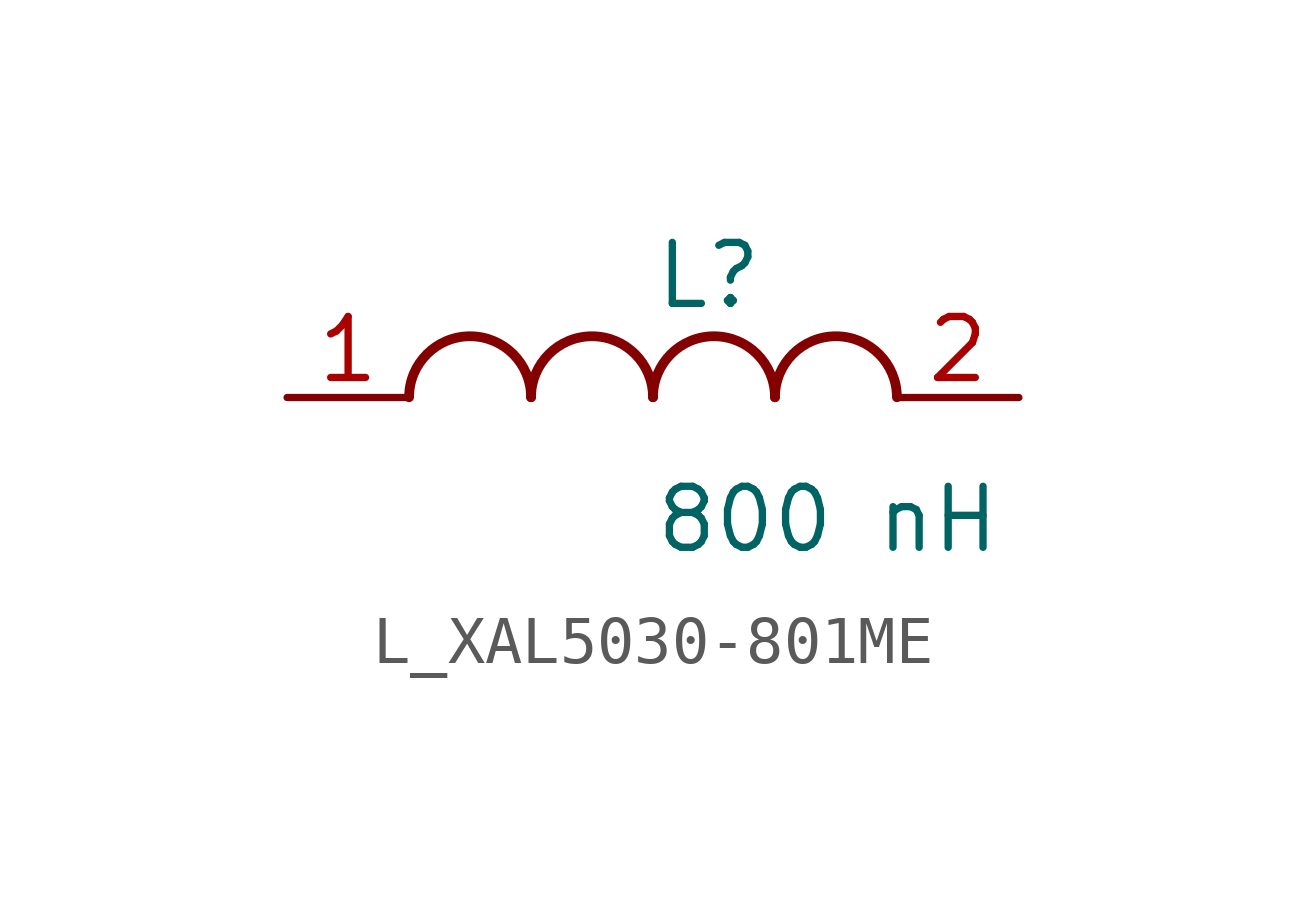
<source format=kicad_sym>
(kicad_symbol_lib
  (version 20231120)
  (generator kicad_symbol_editor)
  (generator_version 8.0)
  (symbol "L_XAL5030-801ME"
    (pin_names
      (offset 0.254))
    (property "Reference" "L"
      (at 0 2.54 0)
      (effects (font (size 1.27 1.27)) (justify left)))
    (property "Value" "800 nH"
      (at 0 -2.54 0)
      (effects (font (size 1.27 1.27)) (justify left)))
    (symbol "L_XAL5030-801ME_1_1"
      (arc (start -2.54 0.0056) (mid -3.81 1.27) (end -5.08 0.0056) (stroke (width 0.2032) (type default)) (fill (type none)))
      (arc (start 0 0.0056) (mid -1.27 1.27) (end -2.54 0.0056) (stroke (width 0.2032) (type default)) (fill (type none)))
      (arc (start 2.54 0.0056) (mid 1.27 1.27) (end 0 0.0056) (stroke (width 0.2032) (type default)) (fill (type none)))
      (arc (start 5.08 0.0056) (mid 3.81 1.27) (end 2.54 0.0056) (stroke (width 0.2032) (type default)) (fill (type none)))
      (pin unspecified line (at -7.62 0 0) (length 2.54) (name "" (effects (font (size 1.27 1.27)))) (number "1" (effects (font (size 1.27 1.27)))))
      (pin unspecified line (at 7.62 0 180) (length 2.54) (name "" (effects (font (size 1.27 1.27)))) (number "2" (effects (font (size 1.27 1.27))))))))
</source>
